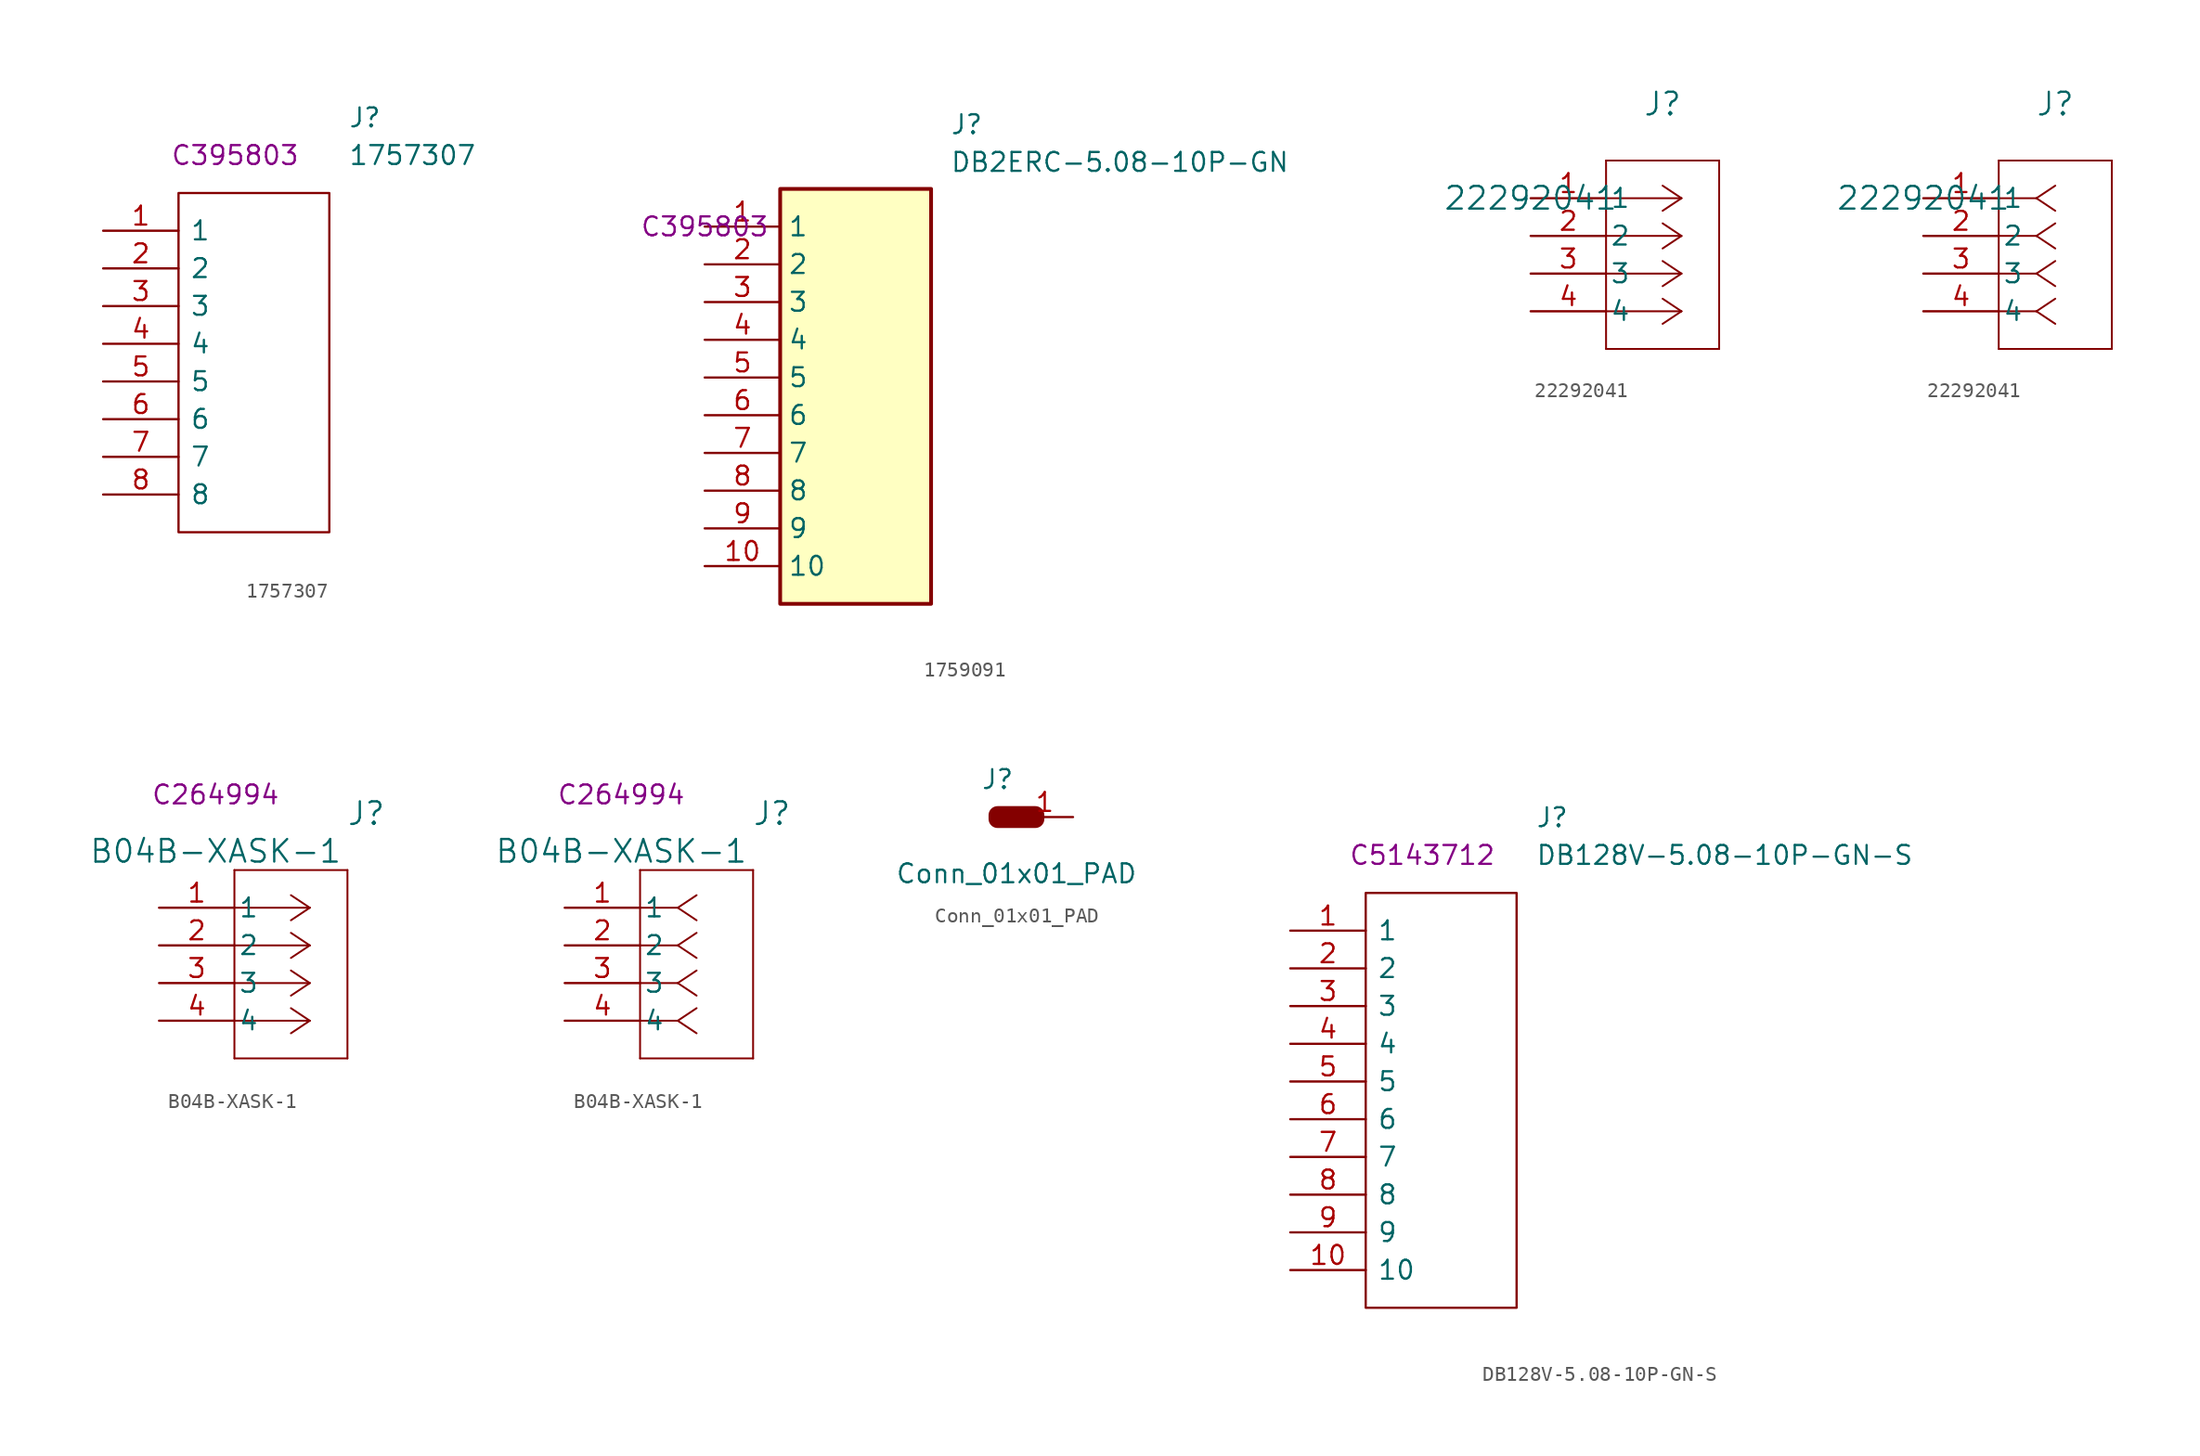
<source format=kicad_sym>
(kicad_symbol_lib
  (version 20220914)
  (generator kicad_symbol_editor)
  (symbol "1757307"
    (pin_names
      (offset 0.762))
    (property "Reference" "J"
      (at 16.51 7.62 0)
      (effects (font (size 1.27 1.27)) (justify left)))
    (property "Value" "1757307"
      (at 16.51 5.08 0)
      (effects (font (size 1.27 1.27)) (justify left)))
    (property "LCSC" "C395803"
      (at 8.89 5.08 0)
      (effects (font (size 1.27 1.27))))
    (symbol "1757307_0_0"
      (pin passive line (at 0 0 0) (length 5.08) (name "1" (effects (font (size 1.27 1.27)))) (number "1" (effects (font (size 1.27 1.27)))))
      (pin passive line (at 0 -2.54 0) (length 5.08) (name "2" (effects (font (size 1.27 1.27)))) (number "2" (effects (font (size 1.27 1.27)))))
      (pin passive line (at 0 -5.08 0) (length 5.08) (name "3" (effects (font (size 1.27 1.27)))) (number "3" (effects (font (size 1.27 1.27)))))
      (pin passive line (at 0 -7.62 0) (length 5.08) (name "4" (effects (font (size 1.27 1.27)))) (number "4" (effects (font (size 1.27 1.27)))))
      (pin passive line (at 0 -10.16 0) (length 5.08) (name "5" (effects (font (size 1.27 1.27)))) (number "5" (effects (font (size 1.27 1.27)))))
      (pin passive line (at 0 -12.7 0) (length 5.08) (name "6" (effects (font (size 1.27 1.27)))) (number "6" (effects (font (size 1.27 1.27)))))
      (pin passive line (at 0 -15.24 0) (length 5.08) (name "7" (effects (font (size 1.27 1.27)))) (number "7" (effects (font (size 1.27 1.27)))))
      (pin passive line (at 0 -17.78 0) (length 5.08) (name "8" (effects (font (size 1.27 1.27)))) (number "8" (effects (font (size 1.27 1.27))))))
    (symbol "1757307_0_1"
      (polyline (pts (xy 5.08 2.54) (xy 15.24 2.54) (xy 15.24 -20.32) (xy 5.08 -20.32) (xy 5.08 2.54)) (stroke (width 0.152) (type solid)) (fill (type none)))))
  (symbol "1759091"
    (property "Reference" "J"
      (at 16.51 7.62 0)
      (effects (font (size 1.27 1.27)) (justify left top)))
    (property "Value" "DB2ERC-5.08-10P-GN"
      (at 16.51 5.08 0)
      (effects (font (size 1.27 1.27)) (justify left top)))
    (property "LCSC" "C395803"
      (at 0 0 0)
      (effects (font (size 1.27 1.27))))
    (symbol "1759091_1_1"
      (rectangle (start 5.08 2.54) (end 15.24 -25.4) (stroke (width 0.254) (type default)) (fill (type background)))
      (pin passive line (at 0 0 0) (length 5.08) (name "1" (effects (font (size 1.27 1.27)))) (number "1" (effects (font (size 1.27 1.27)))))
      (pin passive line (at 0 -22.86 0) (length 5.08) (name "10" (effects (font (size 1.27 1.27)))) (number "10" (effects (font (size 1.27 1.27)))))
      (pin passive line (at 0 -2.54 0) (length 5.08) (name "2" (effects (font (size 1.27 1.27)))) (number "2" (effects (font (size 1.27 1.27)))))
      (pin passive line (at 0 -5.08 0) (length 5.08) (name "3" (effects (font (size 1.27 1.27)))) (number "3" (effects (font (size 1.27 1.27)))))
      (pin passive line (at 0 -7.62 0) (length 5.08) (name "4" (effects (font (size 1.27 1.27)))) (number "4" (effects (font (size 1.27 1.27)))))
      (pin passive line (at 0 -10.16 0) (length 5.08) (name "5" (effects (font (size 1.27 1.27)))) (number "5" (effects (font (size 1.27 1.27)))))
      (pin passive line (at 0 -12.7 0) (length 5.08) (name "6" (effects (font (size 1.27 1.27)))) (number "6" (effects (font (size 1.27 1.27)))))
      (pin passive line (at 0 -15.24 0) (length 5.08) (name "7" (effects (font (size 1.27 1.27)))) (number "7" (effects (font (size 1.27 1.27)))))
      (pin passive line (at 0 -17.78 0) (length 5.08) (name "8" (effects (font (size 1.27 1.27)))) (number "8" (effects (font (size 1.27 1.27)))))
      (pin passive line (at 0 -20.32 0) (length 5.08) (name "9" (effects (font (size 1.27 1.27)))) (number "9" (effects (font (size 1.27 1.27)))))))
  (symbol "22292041"
    (pin_names
      (offset 0.254))
    (property "Reference" "J"
      (at 8.89 6.35 0)
      (effects (font (size 1.524 1.524))))
    (property "Value" "22292041"
      (at 0 0 0)
      (effects (font (size 1.524 1.524))))
    (property "LCSC" ""
      (at 0 0 0)
      (effects (font (size 1.27 1.27))))
    (symbol "22292041_1_1"
      (polyline (pts (xy 5.08 -10.16) (xy 12.7 -10.16)) (stroke (width 0.127) (type default)) (fill (type none)))
      (polyline (pts (xy 5.08 2.54) (xy 5.08 -10.16)) (stroke (width 0.127) (type default)) (fill (type none)))
      (polyline (pts (xy 10.16 -7.62) (xy 5.08 -7.62)) (stroke (width 0.127) (type default)) (fill (type none)))
      (polyline (pts (xy 10.16 -7.62) (xy 8.89 -8.467)) (stroke (width 0.127) (type default)) (fill (type none)))
      (polyline (pts (xy 10.16 -7.62) (xy 8.89 -6.773)) (stroke (width 0.127) (type default)) (fill (type none)))
      (polyline (pts (xy 10.16 -5.08) (xy 5.08 -5.08)) (stroke (width 0.127) (type default)) (fill (type none)))
      (polyline (pts (xy 10.16 -5.08) (xy 8.89 -5.927)) (stroke (width 0.127) (type default)) (fill (type none)))
      (polyline (pts (xy 10.16 -5.08) (xy 8.89 -4.233)) (stroke (width 0.127) (type default)) (fill (type none)))
      (polyline (pts (xy 10.16 -2.54) (xy 5.08 -2.54)) (stroke (width 0.127) (type default)) (fill (type none)))
      (polyline (pts (xy 10.16 -2.54) (xy 8.89 -3.387)) (stroke (width 0.127) (type default)) (fill (type none)))
      (polyline (pts (xy 10.16 -2.54) (xy 8.89 -1.693)) (stroke (width 0.127) (type default)) (fill (type none)))
      (polyline (pts (xy 10.16 0) (xy 5.08 0)) (stroke (width 0.127) (type default)) (fill (type none)))
      (polyline (pts (xy 10.16 0) (xy 8.89 -0.847)) (stroke (width 0.127) (type default)) (fill (type none)))
      (polyline (pts (xy 10.16 0) (xy 8.89 0.847)) (stroke (width 0.127) (type default)) (fill (type none)))
      (polyline (pts (xy 12.7 -10.16) (xy 12.7 2.54)) (stroke (width 0.127) (type default)) (fill (type none)))
      (polyline (pts (xy 12.7 2.54) (xy 5.08 2.54)) (stroke (width 0.127) (type default)) (fill (type none)))
      (pin unspecified line (at 0 0 0) (length 5.08) (name "1" (effects (font (size 1.27 1.27)))) (number "1" (effects (font (size 1.27 1.27)))))
      (pin unspecified line (at 0 -2.54 0) (length 5.08) (name "2" (effects (font (size 1.27 1.27)))) (number "2" (effects (font (size 1.27 1.27)))))
      (pin unspecified line (at 0 -5.08 0) (length 5.08) (name "3" (effects (font (size 1.27 1.27)))) (number "3" (effects (font (size 1.27 1.27)))))
      (pin unspecified line (at 0 -7.62 0) (length 5.08) (name "4" (effects (font (size 1.27 1.27)))) (number "4" (effects (font (size 1.27 1.27))))))
    (symbol "22292041_1_2"
      (polyline (pts (xy 5.08 -10.16) (xy 12.7 -10.16)) (stroke (width 0.127) (type default)) (fill (type none)))
      (polyline (pts (xy 5.08 2.54) (xy 5.08 -10.16)) (stroke (width 0.127) (type default)) (fill (type none)))
      (polyline (pts (xy 7.62 -7.62) (xy 5.08 -7.62)) (stroke (width 0.127) (type default)) (fill (type none)))
      (polyline (pts (xy 7.62 -7.62) (xy 8.89 -8.467)) (stroke (width 0.127) (type default)) (fill (type none)))
      (polyline (pts (xy 7.62 -7.62) (xy 8.89 -6.773)) (stroke (width 0.127) (type default)) (fill (type none)))
      (polyline (pts (xy 7.62 -5.08) (xy 5.08 -5.08)) (stroke (width 0.127) (type default)) (fill (type none)))
      (polyline (pts (xy 7.62 -5.08) (xy 8.89 -5.927)) (stroke (width 0.127) (type default)) (fill (type none)))
      (polyline (pts (xy 7.62 -5.08) (xy 8.89 -4.233)) (stroke (width 0.127) (type default)) (fill (type none)))
      (polyline (pts (xy 7.62 -2.54) (xy 5.08 -2.54)) (stroke (width 0.127) (type default)) (fill (type none)))
      (polyline (pts (xy 7.62 -2.54) (xy 8.89 -3.387)) (stroke (width 0.127) (type default)) (fill (type none)))
      (polyline (pts (xy 7.62 -2.54) (xy 8.89 -1.693)) (stroke (width 0.127) (type default)) (fill (type none)))
      (polyline (pts (xy 7.62 0) (xy 5.08 0)) (stroke (width 0.127) (type default)) (fill (type none)))
      (polyline (pts (xy 7.62 0) (xy 8.89 -0.847)) (stroke (width 0.127) (type default)) (fill (type none)))
      (polyline (pts (xy 7.62 0) (xy 8.89 0.847)) (stroke (width 0.127) (type default)) (fill (type none)))
      (polyline (pts (xy 12.7 -10.16) (xy 12.7 2.54)) (stroke (width 0.127) (type default)) (fill (type none)))
      (polyline (pts (xy 12.7 2.54) (xy 5.08 2.54)) (stroke (width 0.127) (type default)) (fill (type none)))
      (pin unspecified line (at 0 0 0) (length 5.08) (name "1" (effects (font (size 1.27 1.27)))) (number "1" (effects (font (size 1.27 1.27)))))
      (pin unspecified line (at 0 -2.54 0) (length 5.08) (name "2" (effects (font (size 1.27 1.27)))) (number "2" (effects (font (size 1.27 1.27)))))
      (pin unspecified line (at 0 -5.08 0) (length 5.08) (name "3" (effects (font (size 1.27 1.27)))) (number "3" (effects (font (size 1.27 1.27)))))
      (pin unspecified line (at 0 -7.62 0) (length 5.08) (name "4" (effects (font (size 1.27 1.27)))) (number "4" (effects (font (size 1.27 1.27)))))))
  (symbol "B04B-XASK-1"
    (pin_names
      (offset 0.254))
    (property "Reference" "J"
      (at 13.97 6.35 0)
      (effects (font (size 1.524 1.524))))
    (property "Value" "B04B-XASK-1"
      (at 3.81 3.81 0)
      (effects (font (size 1.524 1.524))))
    (property "LCSC" "C264994"
      (at 3.81 7.62 0)
      (effects (font (size 1.27 1.27))))
    (symbol "B04B-XASK-1_1_1"
      (polyline (pts (xy 5.08 -10.16) (xy 12.7 -10.16)) (stroke (width 0.127) (type default)) (fill (type none)))
      (polyline (pts (xy 5.08 2.54) (xy 5.08 -10.16)) (stroke (width 0.127) (type default)) (fill (type none)))
      (polyline (pts (xy 10.16 -7.62) (xy 5.08 -7.62)) (stroke (width 0.127) (type default)) (fill (type none)))
      (polyline (pts (xy 10.16 -7.62) (xy 8.89 -8.467)) (stroke (width 0.127) (type default)) (fill (type none)))
      (polyline (pts (xy 10.16 -7.62) (xy 8.89 -6.773)) (stroke (width 0.127) (type default)) (fill (type none)))
      (polyline (pts (xy 10.16 -5.08) (xy 5.08 -5.08)) (stroke (width 0.127) (type default)) (fill (type none)))
      (polyline (pts (xy 10.16 -5.08) (xy 8.89 -5.927)) (stroke (width 0.127) (type default)) (fill (type none)))
      (polyline (pts (xy 10.16 -5.08) (xy 8.89 -4.233)) (stroke (width 0.127) (type default)) (fill (type none)))
      (polyline (pts (xy 10.16 -2.54) (xy 5.08 -2.54)) (stroke (width 0.127) (type default)) (fill (type none)))
      (polyline (pts (xy 10.16 -2.54) (xy 8.89 -3.387)) (stroke (width 0.127) (type default)) (fill (type none)))
      (polyline (pts (xy 10.16 -2.54) (xy 8.89 -1.693)) (stroke (width 0.127) (type default)) (fill (type none)))
      (polyline (pts (xy 10.16 0) (xy 5.08 0)) (stroke (width 0.127) (type default)) (fill (type none)))
      (polyline (pts (xy 10.16 0) (xy 8.89 -0.847)) (stroke (width 0.127) (type default)) (fill (type none)))
      (polyline (pts (xy 10.16 0) (xy 8.89 0.847)) (stroke (width 0.127) (type default)) (fill (type none)))
      (polyline (pts (xy 12.7 -10.16) (xy 12.7 2.54)) (stroke (width 0.127) (type default)) (fill (type none)))
      (polyline (pts (xy 12.7 2.54) (xy 5.08 2.54)) (stroke (width 0.127) (type default)) (fill (type none)))
      (pin unspecified line (at 0 0 0) (length 5.08) (name "1" (effects (font (size 1.27 1.27)))) (number "1" (effects (font (size 1.27 1.27)))))
      (pin unspecified line (at 0 -2.54 0) (length 5.08) (name "2" (effects (font (size 1.27 1.27)))) (number "2" (effects (font (size 1.27 1.27)))))
      (pin unspecified line (at 0 -5.08 0) (length 5.08) (name "3" (effects (font (size 1.27 1.27)))) (number "3" (effects (font (size 1.27 1.27)))))
      (pin unspecified line (at 0 -7.62 0) (length 5.08) (name "4" (effects (font (size 1.27 1.27)))) (number "4" (effects (font (size 1.27 1.27))))))
    (symbol "B04B-XASK-1_1_2"
      (polyline (pts (xy 5.08 -10.16) (xy 12.7 -10.16)) (stroke (width 0.127) (type default)) (fill (type none)))
      (polyline (pts (xy 5.08 2.54) (xy 5.08 -10.16)) (stroke (width 0.127) (type default)) (fill (type none)))
      (polyline (pts (xy 7.62 -7.62) (xy 5.08 -7.62)) (stroke (width 0.127) (type default)) (fill (type none)))
      (polyline (pts (xy 7.62 -7.62) (xy 8.89 -8.467)) (stroke (width 0.127) (type default)) (fill (type none)))
      (polyline (pts (xy 7.62 -7.62) (xy 8.89 -6.773)) (stroke (width 0.127) (type default)) (fill (type none)))
      (polyline (pts (xy 7.62 -5.08) (xy 5.08 -5.08)) (stroke (width 0.127) (type default)) (fill (type none)))
      (polyline (pts (xy 7.62 -5.08) (xy 8.89 -5.927)) (stroke (width 0.127) (type default)) (fill (type none)))
      (polyline (pts (xy 7.62 -5.08) (xy 8.89 -4.233)) (stroke (width 0.127) (type default)) (fill (type none)))
      (polyline (pts (xy 7.62 -2.54) (xy 5.08 -2.54)) (stroke (width 0.127) (type default)) (fill (type none)))
      (polyline (pts (xy 7.62 -2.54) (xy 8.89 -3.387)) (stroke (width 0.127) (type default)) (fill (type none)))
      (polyline (pts (xy 7.62 -2.54) (xy 8.89 -1.693)) (stroke (width 0.127) (type default)) (fill (type none)))
      (polyline (pts (xy 7.62 0) (xy 5.08 0)) (stroke (width 0.127) (type default)) (fill (type none)))
      (polyline (pts (xy 7.62 0) (xy 8.89 -0.847)) (stroke (width 0.127) (type default)) (fill (type none)))
      (polyline (pts (xy 7.62 0) (xy 8.89 0.847)) (stroke (width 0.127) (type default)) (fill (type none)))
      (polyline (pts (xy 12.7 -10.16) (xy 12.7 2.54)) (stroke (width 0.127) (type default)) (fill (type none)))
      (polyline (pts (xy 12.7 2.54) (xy 5.08 2.54)) (stroke (width 0.127) (type default)) (fill (type none)))
      (pin unspecified line (at 0 0 0) (length 5.08) (name "1" (effects (font (size 1.27 1.27)))) (number "1" (effects (font (size 1.27 1.27)))))
      (pin unspecified line (at 0 -2.54 0) (length 5.08) (name "2" (effects (font (size 1.27 1.27)))) (number "2" (effects (font (size 1.27 1.27)))))
      (pin unspecified line (at 0 -5.08 0) (length 5.08) (name "3" (effects (font (size 1.27 1.27)))) (number "3" (effects (font (size 1.27 1.27)))))
      (pin unspecified line (at 0 -7.62 0) (length 5.08) (name "4" (effects (font (size 1.27 1.27)))) (number "4" (effects (font (size 1.27 1.27)))))))
  (symbol "Conn_01x01_PAD"
    (pin_names
      (offset 1.016) hide)
    (property "Reference" "J"
      (at 0 2.54 0)
      (effects (font (size 1.27 1.27))))
    (property "Value" "Conn_01x01_PAD"
      (at 1.27 -3.81 0)
      (effects (font (size 1.27 1.27))))
    (symbol "Conn_01x01_PAD_1_1"
      (polyline (pts (xy 1.27 0) (xy 0.864 0)) (stroke (width 0.152) (type default)) (fill (type none)))
      (rectangle (start 0 0.127) (end 2.54 -0.127) (stroke (width 1.219) (type default)) (fill (type outline)))
      (pin passive line (at 5.08 0 180) (length 3.81) (name "Pin_1" (effects (font (size 1.27 1.27)))) (number "1" (effects (font (size 1.27 1.27)))))))
  (symbol "DB128V-5.08-10P-GN-S"
    (pin_names
      (offset 0.762))
    (property "Reference" "J"
      (at 16.51 7.62 0)
      (effects (font (size 1.27 1.27)) (justify left)))
    (property "Value" "DB128V-5.08-10P-GN-S"
      (at 16.51 5.08 0)
      (effects (font (size 1.27 1.27)) (justify left)))
    (property "LCSC" "C5143712"
      (at 8.89 5.08 0)
      (effects (font (size 1.27 1.27))))
    (symbol "DB128V-5.08-10P-GN-S_0_0"
      (pin passive line (at 0 0 0) (length 5.08) (name "1" (effects (font (size 1.27 1.27)))) (number "1" (effects (font (size 1.27 1.27)))))
      (pin passive line (at 0 -2.54 0) (length 5.08) (name "2" (effects (font (size 1.27 1.27)))) (number "2" (effects (font (size 1.27 1.27))))))
    (symbol "DB128V-5.08-10P-GN-S_0_1"
      (polyline (pts (xy 5.08 2.54) (xy 15.24 2.54) (xy 15.24 -25.4) (xy 5.08 -25.4) (xy 5.08 2.54)) (stroke (width 0.152) (type solid)) (fill (type none))))
    (symbol "DB128V-5.08-10P-GN-S_1_0"
      (pin passive line (at 0 -22.86 0) (length 5.08) (name "10" (effects (font (size 1.27 1.27)))) (number "10" (effects (font (size 1.27 1.27)))))
      (pin passive line (at 0 -5.08 0) (length 5.08) (name "3" (effects (font (size 1.27 1.27)))) (number "3" (effects (font (size 1.27 1.27)))))
      (pin passive line (at 0 -7.62 0) (length 5.08) (name "4" (effects (font (size 1.27 1.27)))) (number "4" (effects (font (size 1.27 1.27)))))
      (pin passive line (at 0 -10.16 0) (length 5.08) (name "5" (effects (font (size 1.27 1.27)))) (number "5" (effects (font (size 1.27 1.27)))))
      (pin passive line (at 0 -12.7 0) (length 5.08) (name "6" (effects (font (size 1.27 1.27)))) (number "6" (effects (font (size 1.27 1.27)))))
      (pin passive line (at 0 -15.24 0) (length 5.08) (name "7" (effects (font (size 1.27 1.27)))) (number "7" (effects (font (size 1.27 1.27)))))
      (pin passive line (at 0 -17.78 0) (length 5.08) (name "8" (effects (font (size 1.27 1.27)))) (number "8" (effects (font (size 1.27 1.27)))))
      (pin passive line (at 0 -20.32 0) (length 5.08) (name "9" (effects (font (size 1.27 1.27)))) (number "9" (effects (font (size 1.27 1.27))))))))
</source>
